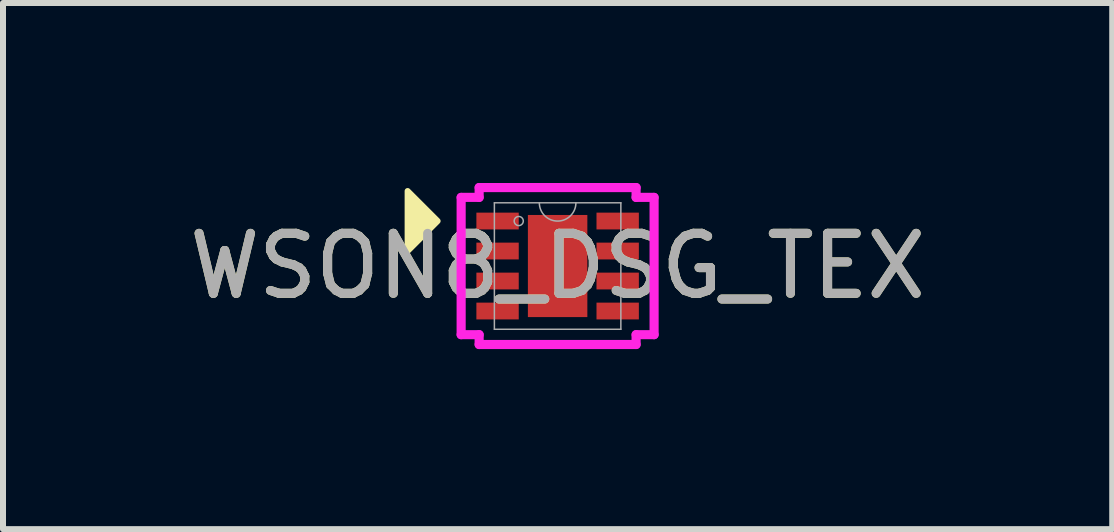
<source format=kicad_pcb>
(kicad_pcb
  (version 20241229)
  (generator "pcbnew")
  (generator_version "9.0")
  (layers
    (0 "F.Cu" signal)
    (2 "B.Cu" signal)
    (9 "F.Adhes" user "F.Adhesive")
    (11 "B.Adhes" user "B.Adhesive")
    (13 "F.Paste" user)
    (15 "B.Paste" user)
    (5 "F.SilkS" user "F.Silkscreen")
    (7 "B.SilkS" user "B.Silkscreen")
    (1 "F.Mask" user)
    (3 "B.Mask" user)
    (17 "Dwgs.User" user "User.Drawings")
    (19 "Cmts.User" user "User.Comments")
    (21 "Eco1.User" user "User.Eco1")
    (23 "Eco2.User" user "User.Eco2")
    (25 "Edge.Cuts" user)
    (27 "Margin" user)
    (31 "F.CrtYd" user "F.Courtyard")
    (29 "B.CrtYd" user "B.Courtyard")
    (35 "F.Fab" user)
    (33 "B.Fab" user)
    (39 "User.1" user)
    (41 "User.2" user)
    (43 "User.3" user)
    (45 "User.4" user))
  (footprint "WSON8_DSG_TEX"
    (layer "F.Cu")
    (at 6.244 1.384)
    (property "Reference" "WSON8_DSG_TEX" (at 0 0 0) (unlocked yes) (layer "F.SilkS") (effects (font (size 1 1) (thickness 0.15))))
    (attr smd)
    (fp_poly (pts (xy -2.5 -1.25) (xy -2 -0.75) (xy -2.5 -0.25) (xy -2.5 -0.75)) (stroke (width 0.1) (type solid)) (fill yes) (layer "F.SilkS"))
    (fp_line (start -1.608 -1.144) (end -1.308 -1.144) (stroke (width 0.152) (type solid)) (layer "F.CrtYd"))
    (fp_line (start -1.608 1.144) (end -1.608 -1.144) (stroke (width 0.152) (type solid)) (layer "F.CrtYd"))
    (fp_line (start -1.608 1.144) (end -1.308 1.144) (stroke (width 0.152) (type solid)) (layer "F.CrtYd"))
    (fp_line (start -1.308 -1.308) (end 1.308 -1.308) (stroke (width 0.152) (type solid)) (layer "F.CrtYd"))
    (fp_line (start -1.308 -1.144) (end -1.308 -1.308) (stroke (width 0.152) (type solid)) (layer "F.CrtYd"))
    (fp_line (start -1.308 1.308) (end -1.308 1.144) (stroke (width 0.152) (type solid)) (layer "F.CrtYd"))
    (fp_line (start 1.308 -1.308) (end 1.308 -1.144) (stroke (width 0.152) (type solid)) (layer "F.CrtYd"))
    (fp_line (start 1.308 1.144) (end 1.308 1.308) (stroke (width 0.152) (type solid)) (layer "F.CrtYd"))
    (fp_line (start 1.308 1.308) (end -1.308 1.308) (stroke (width 0.152) (type solid)) (layer "F.CrtYd"))
    (fp_line (start 1.608 -1.144) (end 1.308 -1.144) (stroke (width 0.152) (type solid)) (layer "F.CrtYd"))
    (fp_line (start 1.608 -1.144) (end 1.608 1.144) (stroke (width 0.152) (type solid)) (layer "F.CrtYd"))
    (fp_line (start 1.608 1.144) (end 1.308 1.144) (stroke (width 0.152) (type solid)) (layer "F.CrtYd"))
    (fp_line (start -1.054 -1.054) (end -1.054 1.054) (stroke (width 0.025) (type solid)) (layer "F.Fab"))
    (fp_line (start -1.054 1.054) (end 1.054 1.054) (stroke (width 0.025) (type solid)) (layer "F.Fab"))
    (fp_line (start 1.054 -1.054) (end -1.054 -1.054) (stroke (width 0.025) (type solid)) (layer "F.Fab"))
    (fp_line (start 1.054 1.054) (end 1.054 -1.054) (stroke (width 0.025) (type solid)) (layer "F.Fab"))
    (fp_arc (start 0.3048 -1.0541) (mid 0 -0.7493) (end -0.3048 -1.0541) (stroke (width 0.0254) (type solid)) (layer "F.Fab"))
    (fp_circle (center -0.648 -0.75) (end -0.572 -0.75) (stroke (width 0.025) (type solid)) (fill no) (layer "F.Fab"))
    (fp_text user "${REFERENCE}" (at 0 0 0) (unlocked yes) (layer "F.Fab") (effects (font (size 1 1) (thickness 0.15))))
    (pad "1" smd rect (at -1.001 -0.75) (size 0.706 0.28) (layers "F.Cu" "F.Mask" "F.Paste"))
    (pad "2" smd rect (at -1.001 -0.25) (size 0.706 0.28) (layers "F.Cu" "F.Mask" "F.Paste"))
    (pad "3" smd rect (at -1.001 0.25) (size 0.706 0.28) (layers "F.Cu" "F.Mask" "F.Paste"))
    (pad "4" smd rect (at -1.001 0.75) (size 0.706 0.28) (layers "F.Cu" "F.Mask" "F.Paste"))
    (pad "5" smd rect (at 1.001 0.75) (size 0.706 0.28) (layers "F.Cu" "F.Mask" "F.Paste"))
    (pad "6" smd rect (at 1.001 0.25) (size 0.706 0.28) (layers "F.Cu" "F.Mask" "F.Paste"))
    (pad "7" smd rect (at 1.001 -0.25) (size 0.706 0.28) (layers "F.Cu" "F.Mask" "F.Paste"))
    (pad "8" smd rect (at 1.001 -0.75) (size 0.706 0.28) (layers "F.Cu" "F.Mask" "F.Paste"))
    (pad "9" smd rect (at 0 0) (size 0.991 1.702) (layers "F.Cu" "F.Mask" "F.Paste")))
  (gr_rect
    (start -3 -3)
    (end 15.488 5.769)
    (stroke (width 0.1) (type default))
    (fill no)
    (layer "Edge.Cuts")))
</source>
